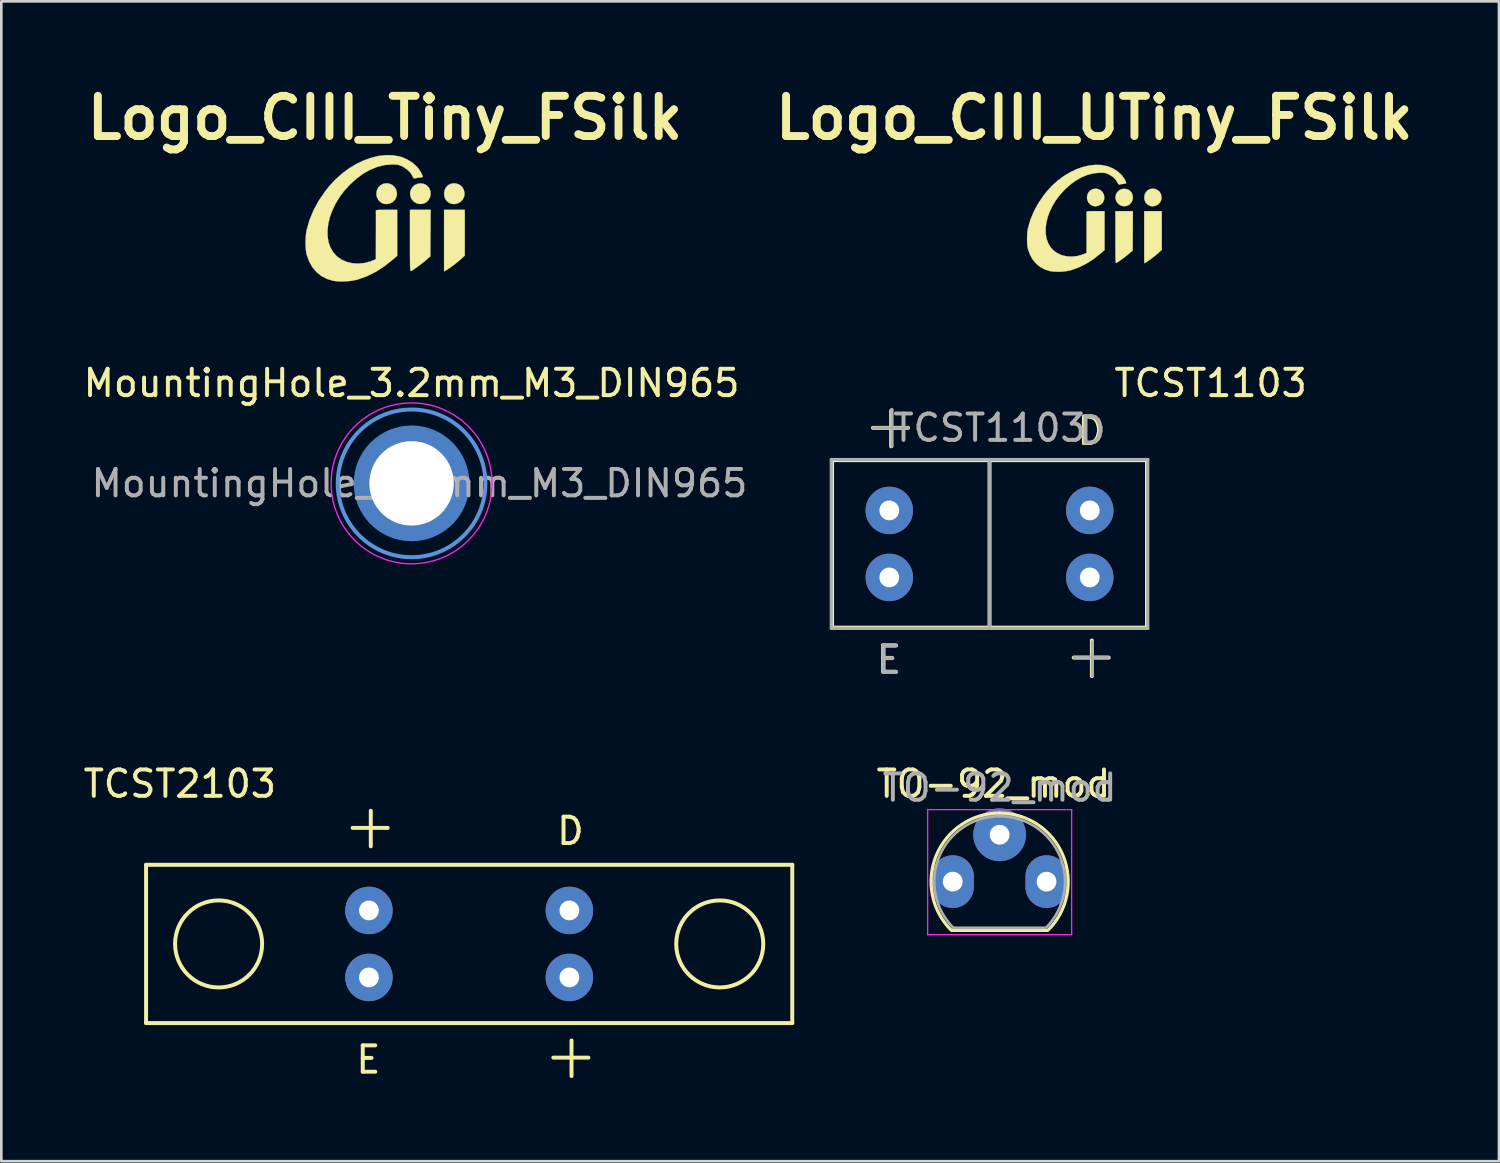
<source format=kicad_pcb>
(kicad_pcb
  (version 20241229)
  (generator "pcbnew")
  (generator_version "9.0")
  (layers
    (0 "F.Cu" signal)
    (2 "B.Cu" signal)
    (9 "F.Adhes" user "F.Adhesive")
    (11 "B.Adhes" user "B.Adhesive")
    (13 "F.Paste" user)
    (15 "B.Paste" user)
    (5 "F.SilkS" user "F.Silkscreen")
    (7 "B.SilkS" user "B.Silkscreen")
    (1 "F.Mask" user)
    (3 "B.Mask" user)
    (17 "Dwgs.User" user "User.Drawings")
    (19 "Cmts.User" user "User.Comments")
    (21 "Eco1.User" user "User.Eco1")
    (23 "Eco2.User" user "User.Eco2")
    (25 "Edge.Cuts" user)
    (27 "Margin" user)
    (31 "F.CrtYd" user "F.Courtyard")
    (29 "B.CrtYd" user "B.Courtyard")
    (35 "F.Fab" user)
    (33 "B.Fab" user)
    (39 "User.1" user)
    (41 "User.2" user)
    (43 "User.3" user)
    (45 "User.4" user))
  (footprint "TCST2103"
    (layer "F.Cu")
    (at 14.738 32.738)
    (property "Reference" "TCST2103" (at -10.97 -6.07 0) (layer "F.SilkS") (effects (font (size 1 1) (thickness 0.15))))
    (attr through_hole)
    (fp_line (start -12.25 -3) (end 12.25 -3) (stroke (width 0.15) (type solid)) (layer "F.SilkS"))
    (fp_line (start -12.25 3) (end -12.25 -3) (stroke (width 0.15) (type solid)) (layer "F.SilkS"))
    (fp_line (start -4.42 -4.4) (end -3.09 -4.4) (stroke (width 0.15) (type solid)) (layer "F.SilkS"))
    (fp_line (start -3.73 -3.7) (end -3.73 -5.05) (stroke (width 0.15) (type solid)) (layer "F.SilkS"))
    (fp_line (start 3.19 4.31) (end 4.52 4.31) (stroke (width 0.15) (type solid)) (layer "F.SilkS"))
    (fp_line (start 3.88 5.01) (end 3.88 3.66) (stroke (width 0.15) (type solid)) (layer "F.SilkS"))
    (fp_line (start 12.25 -3) (end 12.25 3) (stroke (width 0.15) (type solid)) (layer "F.SilkS"))
    (fp_line (start 12.25 3) (end -12.25 3) (stroke (width 0.15) (type solid)) (layer "F.SilkS"))
    (fp_circle (center -9.5 0) (end -7.85 0) (stroke (width 0.15) (type solid)) (fill no) (layer "F.SilkS"))
    (fp_circle (center 9.5 0) (end 11.15 0) (stroke (width 0.15) (type solid)) (fill no) (layer "F.SilkS"))
    (fp_text user "D" (at 3.84 -4.28 0) (layer "F.SilkS") (effects (font (size 1 1) (thickness 0.15))))
    (fp_text user "E" (at -3.82 4.39 0) (layer "F.SilkS") (effects (font (size 1 1) (thickness 0.15))))
    (pad "1" thru_hole circle (at -3.8 -1.27 180) (size 1.8 1.8) (drill 0.75) (layers "*.Cu" "*.Mask" "F.Paste"))
    (pad "2" thru_hole circle (at -3.8 1.27 180) (size 1.8 1.8) (drill 0.75) (layers "*.Cu" "*.Mask" "F.Paste"))
    (pad "3" thru_hole circle (at 3.8 1.27 180) (size 1.8 1.8) (drill 0.75) (layers "*.Cu" "*.Mask" "F.Paste"))
    (pad "4" thru_hole circle (at 3.8 -1.27 180) (size 1.8 1.8) (drill 0.75) (layers "*.Cu" "*.Mask" "F.Paste")))
  (footprint "Logo_CIII_UTiny_FSilk"
    (layer "F.Cu")
    (at 38.437 5.228)
    (property "Reference" "Logo_CIII_UTiny_FSilk" (at 0 -3.81 0) (layer "F.SilkS") (effects (font (size 1.524 1.524) (thickness 0.3))))
    (attr through_hole)
    (fp_poly (pts (xy 2.56 1.195) (xy 2.45 1.296) (xy 2.364 1.371) (xy 2.265 1.451) (xy 2.163 1.529) (xy 2.068 1.598) (xy 1.989 1.65) (xy 1.973 1.659) (xy 1.895 1.702) (xy 1.895 -0.274) (xy 2.56 -0.274) (xy 2.56 1.195)) (stroke (width 0.01) (type solid)) (fill yes) (layer "F.SilkS"))
    (fp_poly (pts (xy 1.252 -1.104) (xy 1.343 -1.055) (xy 1.412 -0.979) (xy 1.454 -0.881) (xy 1.465 -0.791) (xy 1.448 -0.683) (xy 1.4 -0.59) (xy 1.328 -0.519) (xy 1.239 -0.473) (xy 1.137 -0.457) (xy 1.03 -0.476) (xy 1.026 -0.478) (xy 0.931 -0.531) (xy 0.861 -0.607) (xy 0.818 -0.699) (xy 0.804 -0.8) (xy 0.822 -0.901) (xy 0.87 -0.989) (xy 0.95 -1.067) (xy 1.048 -1.11) (xy 1.144 -1.122) (xy 1.252 -1.104)) (stroke (width 0.01) (type solid)) (fill yes) (layer "F.SilkS"))
    (fp_poly (pts (xy 0.139 -1.113) (xy 0.238 -1.068) (xy 0.313 -0.998) (xy 0.363 -0.909) (xy 0.383 -0.809) (xy 0.373 -0.705) (xy 0.328 -0.606) (xy 0.327 -0.604) (xy 0.256 -0.531) (xy 0.165 -0.48) (xy 0.065 -0.457) (xy -0.033 -0.465) (xy -0.043 -0.468) (xy -0.144 -0.519) (xy -0.219 -0.597) (xy -0.264 -0.696) (xy -0.277 -0.791) (xy -0.259 -0.902) (xy -0.211 -0.995) (xy -0.138 -1.066) (xy -0.047 -1.111) (xy 0.058 -1.125) (xy 0.139 -1.113)) (stroke (width 0.01) (type solid)) (fill yes) (layer "F.SilkS"))
    (fp_poly (pts (xy 2.308 -1.113) (xy 2.406 -1.068) (xy 2.482 -0.998) (xy 2.531 -0.909) (xy 2.552 -0.809) (xy 2.542 -0.705) (xy 2.497 -0.606) (xy 2.495 -0.604) (xy 2.425 -0.531) (xy 2.334 -0.48) (xy 2.234 -0.457) (xy 2.136 -0.465) (xy 2.126 -0.468) (xy 2.024 -0.519) (xy 1.95 -0.596) (xy 1.907 -0.696) (xy 1.895 -0.791) (xy 1.912 -0.903) (xy 1.96 -0.997) (xy 2.032 -1.068) (xy 2.123 -1.113) (xy 2.228 -1.125) (xy 2.308 -1.113)) (stroke (width 0.01) (type solid)) (fill yes) (layer "F.SilkS"))
    (fp_poly (pts (xy 1.456 1.219) (xy 1.307 1.348) (xy 1.23 1.411) (xy 1.144 1.479) (xy 1.055 1.546) (xy 0.971 1.606) (xy 0.899 1.654) (xy 0.847 1.685) (xy 0.832 1.692) (xy 0.825 1.692) (xy 0.819 1.684) (xy 0.814 1.665) (xy 0.811 1.631) (xy 0.807 1.581) (xy 0.805 1.51) (xy 0.803 1.416) (xy 0.802 1.295) (xy 0.802 1.145) (xy 0.801 0.962) (xy 0.801 0.744) (xy 0.801 0.715) (xy 0.801 -0.274) (xy 1.466 -0.274) (xy 1.456 1.219)) (stroke (width 0.01) (type solid)) (fill yes) (layer "F.SilkS"))
    (fp_poly (pts (xy 0.259 -2.023) (xy 0.473 -1.983) (xy 0.55 -1.96) (xy 0.719 -1.886) (xy 0.874 -1.789) (xy 1.005 -1.676) (xy 1.059 -1.615) (xy 1.112 -1.541) (xy 1.159 -1.465) (xy 1.193 -1.395) (xy 1.21 -1.344) (xy 1.211 -1.336) (xy 1.193 -1.322) (xy 1.145 -1.31) (xy 1.099 -1.304) (xy 1.031 -1.297) (xy 0.977 -1.287) (xy 0.954 -1.281) (xy 0.93 -1.281) (xy 0.907 -1.306) (xy 0.883 -1.354) (xy 0.816 -1.463) (xy 0.717 -1.562) (xy 0.594 -1.645) (xy 0.55 -1.668) (xy 0.488 -1.696) (xy 0.436 -1.714) (xy 0.382 -1.724) (xy 0.314 -1.728) (xy 0.221 -1.729) (xy 0.215 -1.729) (xy -0.017 -1.708) (xy -0.25 -1.65) (xy -0.482 -1.555) (xy -0.711 -1.424) (xy -0.934 -1.258) (xy -1.125 -1.083) (xy -1.303 -0.887) (xy -1.457 -0.681) (xy -1.586 -0.469) (xy -1.69 -0.254) (xy -1.767 -0.038) (xy -1.819 0.175) (xy -1.843 0.382) (xy -1.84 0.581) (xy -1.809 0.767) (xy -1.749 0.937) (xy -1.66 1.09) (xy -1.545 1.216) (xy -1.4 1.321) (xy -1.235 1.395) (xy -1.054 1.439) (xy -0.863 1.452) (xy -0.667 1.434) (xy -0.47 1.383) (xy -0.382 1.349) (xy -0.293 1.31) (xy -0.291 0.543) (xy -0.29 0.373) (xy -0.29 0.215) (xy -0.29 0.073) (xy -0.29 -0.049) (xy -0.29 -0.145) (xy -0.291 -0.213) (xy -0.291 -0.246) (xy -0.292 -0.249) (xy -0.284 -0.258) (xy -0.254 -0.265) (xy -0.199 -0.27) (xy -0.115 -0.272) (xy 0.003 -0.273) (xy 0.048 -0.274) (xy 0.391 -0.274) (xy 0.391 1.202) (xy 0.233 1.338) (xy -0.029 1.545) (xy -0.299 1.717) (xy -0.574 1.855) (xy -0.852 1.956) (xy -0.922 1.975) (xy -1.062 2.003) (xy -1.22 2.02) (xy -1.383 2.026) (xy -1.536 2.02) (xy -1.666 2.003) (xy -1.671 2.002) (xy -1.869 1.94) (xy -2.046 1.847) (xy -2.199 1.723) (xy -2.328 1.569) (xy -2.431 1.387) (xy -2.508 1.178) (xy -2.515 1.153) (xy -2.533 1.053) (xy -2.544 0.926) (xy -2.548 0.784) (xy -2.544 0.639) (xy -2.534 0.502) (xy -2.516 0.386) (xy -2.513 0.373) (xy -2.422 0.056) (xy -2.293 -0.256) (xy -2.127 -0.562) (xy -1.925 -0.86) (xy -1.788 -1.033) (xy -1.591 -1.246) (xy -1.379 -1.436) (xy -1.154 -1.603) (xy -0.92 -1.744) (xy -0.681 -1.858) (xy -0.44 -1.945) (xy -0.201 -2.002) (xy 0.033 -2.028) (xy 0.259 -2.023)) (stroke (width 0.01) (type solid)) (fill yes) (layer "F.SilkS")))
  (footprint "Logo_CIII_Tiny_FSilk"
    (layer "F.Cu")
    (at 11.546 5.228)
    (property "Reference" "Logo_CIII_Tiny_FSilk" (at 0 -3.81 0) (layer "F.SilkS") (effects (font (size 1.524 1.524) (thickness 0.3))))
    (attr through_hole)
    (fp_poly (pts (xy 3.025 1.412) (xy 2.895 1.531) (xy 2.794 1.62) (xy 2.677 1.715) (xy 2.556 1.807) (xy 2.444 1.889) (xy 2.35 1.949) (xy 2.331 1.96) (xy 2.24 2.012) (xy 2.24 -0.323) (xy 3.025 -0.323) (xy 3.025 1.412)) (stroke (width 0.01) (type solid)) (fill yes) (layer "F.SilkS"))
    (fp_poly (pts (xy 1.48 -1.305) (xy 1.587 -1.247) (xy 1.669 -1.157) (xy 1.719 -1.041) (xy 1.732 -0.935) (xy 1.711 -0.807) (xy 1.655 -0.698) (xy 1.57 -0.613) (xy 1.464 -0.559) (xy 1.344 -0.541) (xy 1.218 -0.563) (xy 1.212 -0.565) (xy 1.1 -0.627) (xy 1.017 -0.717) (xy 0.966 -0.827) (xy 0.95 -0.945) (xy 0.972 -1.065) (xy 1.028 -1.168) (xy 1.123 -1.26) (xy 1.239 -1.312) (xy 1.352 -1.325) (xy 1.48 -1.305)) (stroke (width 0.01) (type solid)) (fill yes) (layer "F.SilkS"))
    (fp_poly (pts (xy 0.164 -1.316) (xy 0.281 -1.263) (xy 0.37 -1.179) (xy 0.429 -1.074) (xy 0.453 -0.956) (xy 0.441 -0.834) (xy 0.388 -0.716) (xy 0.386 -0.714) (xy 0.303 -0.627) (xy 0.195 -0.567) (xy 0.077 -0.54) (xy -0.039 -0.549) (xy -0.051 -0.553) (xy -0.17 -0.613) (xy -0.259 -0.705) (xy -0.312 -0.823) (xy -0.327 -0.935) (xy -0.307 -1.066) (xy -0.25 -1.176) (xy -0.164 -1.26) (xy -0.055 -1.313) (xy 0.068 -1.33) (xy 0.164 -1.316)) (stroke (width 0.01) (type solid)) (fill yes) (layer "F.SilkS"))
    (fp_poly (pts (xy 2.727 -1.316) (xy 2.844 -1.263) (xy 2.933 -1.179) (xy 2.992 -1.074) (xy 3.016 -0.956) (xy 3.004 -0.834) (xy 2.951 -0.716) (xy 2.949 -0.714) (xy 2.866 -0.627) (xy 2.758 -0.567) (xy 2.64 -0.54) (xy 2.524 -0.549) (xy 2.512 -0.553) (xy 2.392 -0.613) (xy 2.305 -0.704) (xy 2.253 -0.822) (xy 2.24 -0.935) (xy 2.26 -1.068) (xy 2.316 -1.179) (xy 2.401 -1.263) (xy 2.51 -1.315) (xy 2.634 -1.33) (xy 2.727 -1.316)) (stroke (width 0.01) (type solid)) (fill yes) (layer "F.SilkS"))
    (fp_poly (pts (xy 1.72 1.441) (xy 1.544 1.593) (xy 1.454 1.668) (xy 1.352 1.748) (xy 1.247 1.827) (xy 1.147 1.898) (xy 1.062 1.955) (xy 1 1.992) (xy 0.984 2) (xy 0.975 2) (xy 0.968 1.99) (xy 0.963 1.967) (xy 0.958 1.928) (xy 0.954 1.868) (xy 0.951 1.785) (xy 0.949 1.673) (xy 0.948 1.531) (xy 0.947 1.353) (xy 0.947 1.137) (xy 0.947 0.879) (xy 0.947 0.845) (xy 0.947 -0.323) (xy 1.732 -0.323) (xy 1.72 1.441)) (stroke (width 0.01) (type solid)) (fill yes) (layer "F.SilkS"))
    (fp_poly (pts (xy 0.306 -2.39) (xy 0.56 -2.344) (xy 0.65 -2.316) (xy 0.85 -2.229) (xy 1.033 -2.115) (xy 1.188 -1.981) (xy 1.251 -1.909) (xy 1.314 -1.822) (xy 1.37 -1.731) (xy 1.41 -1.649) (xy 1.43 -1.588) (xy 1.431 -1.579) (xy 1.41 -1.562) (xy 1.353 -1.548) (xy 1.299 -1.542) (xy 1.219 -1.533) (xy 1.154 -1.521) (xy 1.128 -1.514) (xy 1.099 -1.513) (xy 1.072 -1.544) (xy 1.043 -1.601) (xy 0.964 -1.729) (xy 0.847 -1.846) (xy 0.702 -1.944) (xy 0.65 -1.971) (xy 0.576 -2.004) (xy 0.515 -2.025) (xy 0.452 -2.037) (xy 0.372 -2.042) (xy 0.261 -2.043) (xy 0.254 -2.043) (xy -0.02 -2.019) (xy -0.296 -1.95) (xy -0.57 -1.838) (xy -0.84 -1.683) (xy -1.104 -1.486) (xy -1.33 -1.28) (xy -1.54 -1.048) (xy -1.722 -0.805) (xy -1.874 -0.555) (xy -1.997 -0.3) (xy -2.089 -0.045) (xy -2.15 0.207) (xy -2.178 0.452) (xy -2.175 0.686) (xy -2.138 0.906) (xy -2.067 1.108) (xy -1.961 1.288) (xy -1.826 1.437) (xy -1.655 1.561) (xy -1.46 1.649) (xy -1.246 1.701) (xy -1.02 1.716) (xy -0.788 1.694) (xy -0.556 1.634) (xy -0.451 1.594) (xy -0.346 1.549) (xy -0.344 0.642) (xy -0.343 0.441) (xy -0.343 0.254) (xy -0.343 0.086) (xy -0.343 -0.058) (xy -0.343 -0.172) (xy -0.344 -0.251) (xy -0.344 -0.291) (xy -0.345 -0.294) (xy -0.335 -0.305) (xy -0.3 -0.313) (xy -0.236 -0.319) (xy -0.136 -0.322) (xy 0.004 -0.323) (xy 0.057 -0.323) (xy 0.462 -0.323) (xy 0.462 1.42) (xy 0.275 1.582) (xy -0.034 1.825) (xy -0.353 2.03) (xy -0.679 2.192) (xy -1.007 2.311) (xy -1.089 2.334) (xy -1.255 2.367) (xy -1.442 2.387) (xy -1.634 2.394) (xy -1.815 2.388) (xy -1.969 2.367) (xy -1.974 2.366) (xy -2.209 2.293) (xy -2.418 2.183) (xy -2.599 2.036) (xy -2.751 1.854) (xy -2.873 1.639) (xy -2.964 1.392) (xy -2.972 1.362) (xy -2.994 1.244) (xy -3.007 1.095) (xy -3.011 0.927) (xy -3.007 0.756) (xy -2.994 0.594) (xy -2.973 0.456) (xy -2.97 0.441) (xy -2.863 0.066) (xy -2.71 -0.303) (xy -2.514 -0.664) (xy -2.275 -1.016) (xy -2.113 -1.221) (xy -1.88 -1.472) (xy -1.629 -1.697) (xy -1.364 -1.894) (xy -1.088 -2.061) (xy -0.805 -2.196) (xy -0.52 -2.298) (xy -0.238 -2.366) (xy 0.039 -2.397) (xy 0.306 -2.39)) (stroke (width 0.01) (type solid)) (fill yes) (layer "F.SilkS")))
  (footprint "MountingHole_3.2mm_M3_DIN965"
    (layer "F.Cu")
    (at 12.554 15.276)
    (property "Reference" "MountingHole_3.2mm_M3_DIN965" (at 0 -3.8 0) (layer "F.SilkS") (effects (font (size 1 1) (thickness 0.15))))
    (attr exclude_from_pos_files exclude_from_bom)
    (fp_circle (center 0 0) (end 1.694 0) (stroke (width 1) (type solid)) (fill no) (layer "B.Cu"))
    (fp_circle (center 0 0) (end 2.8 0) (stroke (width 0.15) (type solid)) (fill no) (layer "Cmts.User"))
    (fp_circle (center 0 0) (end 3.05 0) (stroke (width 0.05) (type solid)) (fill no) (layer "F.CrtYd"))
    (fp_text user "${REFERENCE}" (at 0.3 0 0) (layer "F.Fab") (effects (font (size 1 1) (thickness 0.15))))
    (pad "" np_thru_hole circle (at 0 0) (size 3.2 3.2) (drill 3.2) (layers "*.Cu" "*.Mask")))
  (footprint "TO-92_mod"
    (layer "F.Cu")
    (at 33.58 30.376)
    (property "Reference" "TO-92_mod" (at 1.036 -3.708 0) (layer "F.SilkS") (effects (font (size 1 1) (thickness 0.15))))
    (attr through_hole)
    (fp_line (start -0.53 1.85) (end 3.07 1.85) (stroke (width 0.12) (type solid)) (layer "F.SilkS"))
    (fp_arc (start -0.568478 1.838478) (mid -1.132087 -0.994977) (end 1.27 -2.6) (stroke (width 0.12) (type solid)) (layer "F.SilkS"))
    (fp_arc (start 1.27 -2.6) (mid 3.672087 -0.994977) (end 3.108478 1.838478) (stroke (width 0.12) (type solid)) (layer "F.SilkS"))
    (fp_line (start -1.46 -2.73) (end -1.46 2.01) (stroke (width 0.05) (type solid)) (layer "F.CrtYd"))
    (fp_line (start -1.46 -2.73) (end 4 -2.73) (stroke (width 0.05) (type solid)) (layer "F.CrtYd"))
    (fp_line (start 4 2.01) (end -1.46 2.01) (stroke (width 0.05) (type solid)) (layer "F.CrtYd"))
    (fp_line (start 4 2.01) (end 4 -2.73) (stroke (width 0.05) (type solid)) (layer "F.CrtYd"))
    (fp_line (start -0.5 1.75) (end 3 1.75) (stroke (width 0.1) (type solid)) (layer "F.Fab"))
    (fp_arc (start -0.483625 1.753625) (mid -1.021221 -0.949055) (end 1.27 -2.48) (stroke (width 0.1) (type solid)) (layer "F.Fab"))
    (fp_arc (start 1.27 -2.48) (mid 3.561221 -0.949055) (end 3.023625 1.753625) (stroke (width 0.1) (type solid)) (layer "F.Fab"))
    (fp_text user "${REFERENCE}" (at 1.27 -3.56 0) (layer "F.Fab") (effects (font (size 1 1) (thickness 0.15))))
    (pad "1" thru_hole oval (at -0.508 0 90) (size 2 1.6) (drill 0.75) (layers "*.Cu" "*.Mask"))
    (pad "2" thru_hole circle (at 1.27 -1.778 90) (size 2 2) (drill 0.75) (layers "*.Cu" "*.Mask"))
    (pad "3" thru_hole oval (at 3.048 0 90) (size 2 1.6) (drill 0.75) (layers "*.Cu" "*.Mask")))
  (footprint "TCST1103"
    (layer "F.Cu")
    (at 34.467 17.572)
    (property "Reference" "TCST1103" (at 8.382 -6.096 0) (layer "F.SilkS") (effects (font (size 1 1) (thickness 0.15))))
    (attr through_hole)
    (fp_line (start -5.969 -3.175) (end -5.969 3.175) (stroke (width 0.15) (type solid)) (layer "F.SilkS"))
    (fp_line (start -5.969 -3.175) (end 0 -3.175) (stroke (width 0.15) (type solid)) (layer "F.SilkS"))
    (fp_line (start -5.969 3.175) (end 0 3.175) (stroke (width 0.15) (type solid)) (layer "F.SilkS"))
    (fp_line (start -4.42 -4.4) (end -3.09 -4.4) (stroke (width 0.15) (type solid)) (layer "F.SilkS"))
    (fp_line (start -3.73 -3.7) (end -3.73 -5.05) (stroke (width 0.15) (type solid)) (layer "F.SilkS"))
    (fp_line (start 0 -3.175) (end 0 3.175) (stroke (width 0.15) (type solid)) (layer "F.SilkS"))
    (fp_line (start 0 -3.175) (end 5.969 -3.175) (stroke (width 0.15) (type solid)) (layer "F.SilkS"))
    (fp_line (start 0 3.175) (end 5.969 3.175) (stroke (width 0.15) (type solid)) (layer "F.SilkS"))
    (fp_line (start 3.19 4.31) (end 4.52 4.31) (stroke (width 0.15) (type solid)) (layer "F.SilkS"))
    (fp_line (start 3.88 5.01) (end 3.88 3.66) (stroke (width 0.15) (type solid)) (layer "F.SilkS"))
    (fp_line (start 5.969 -3.175) (end 5.969 3.175) (stroke (width 0.15) (type solid)) (layer "F.SilkS"))
    (fp_line (start -6 -3.2) (end 6 -3.2) (stroke (width 0.12) (type solid)) (layer "F.Fab"))
    (fp_line (start -6 3.2) (end -6 -3.2) (stroke (width 0.12) (type solid)) (layer "F.Fab"))
    (fp_line (start -4.4 -4.4) (end -3.1 -4.4) (stroke (width 0.12) (type solid)) (layer "F.Fab"))
    (fp_line (start -3.7 -3.7) (end -3.7 -5.1) (stroke (width 0.12) (type solid)) (layer "F.Fab"))
    (fp_line (start 0 -3.2) (end 0 3.2) (stroke (width 0.12) (type solid)) (layer "F.Fab"))
    (fp_line (start 3.2 4.3) (end 4.5 4.3) (stroke (width 0.12) (type solid)) (layer "F.Fab"))
    (fp_line (start 3.9 5) (end 3.9 3.7) (stroke (width 0.12) (type solid)) (layer "F.Fab"))
    (fp_line (start 6 -3.2) (end 6 3.2) (stroke (width 0.12) (type solid)) (layer "F.Fab"))
    (fp_line (start 6 3.2) (end -6 3.2) (stroke (width 0.12) (type solid)) (layer "F.Fab"))
    (fp_text user "E" (at -3.82 4.39 0) (layer "F.SilkS") (effects (font (size 1 1) (thickness 0.15))))
    (fp_text user "D" (at 3.84 -4.28 0) (layer "F.SilkS") (effects (font (size 1 1) (thickness 0.15))))
    (fp_text user "D" (at 3.9 -4.3 0) (layer "F.Fab") (effects (font (size 1 1) (thickness 0.15))))
    (fp_text user "${REFERENCE}" (at 0 -4.4 0) (layer "F.Fab") (effects (font (size 1 1) (thickness 0.15))))
    (fp_text user "E" (at -3.8 4.4 0) (layer "F.Fab") (effects (font (size 1 1) (thickness 0.15))))
    (pad "1" thru_hole circle (at -3.8 -1.27 180) (size 1.8 1.8) (drill 0.75) (layers "*.Cu" "*.Mask" "F.Paste"))
    (pad "2" thru_hole circle (at -3.8 1.27 180) (size 1.8 1.8) (drill 0.75) (layers "*.Cu" "*.Mask" "F.Paste"))
    (pad "3" thru_hole circle (at 3.8 1.27 180) (size 1.8 1.8) (drill 0.75) (layers "*.Cu" "*.Mask" "F.Paste"))
    (pad "4" thru_hole circle (at 3.8 -1.27 180) (size 1.8 1.8) (drill 0.75) (layers "*.Cu" "*.Mask" "F.Paste")))
  (gr_rect
    (start -3 -3)
    (end 53.781 40.976)
    (stroke (width 0.1) (type default))
    (fill no)
    (layer "Edge.Cuts")))
</source>
